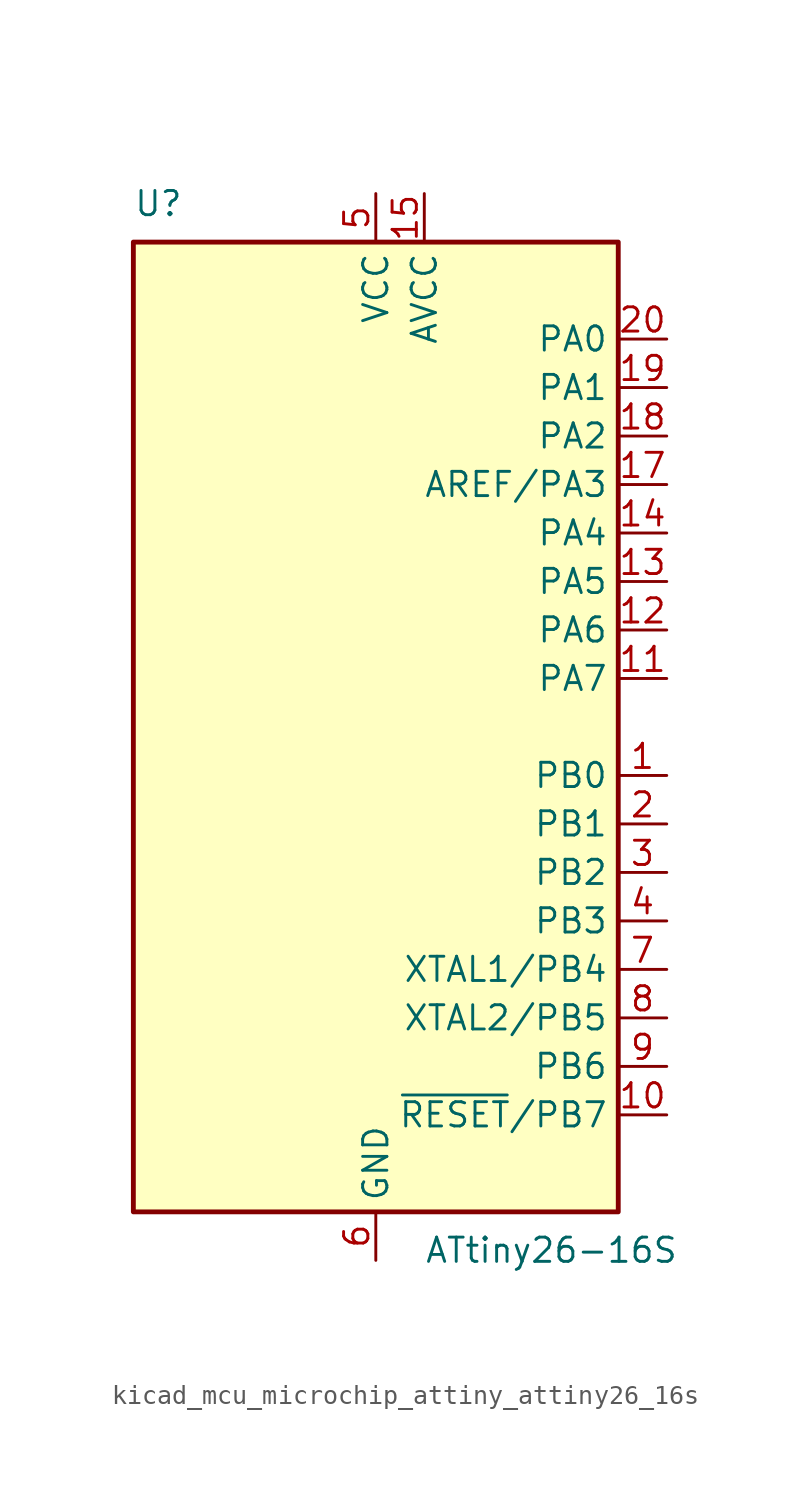
<source format=kicad_sym>
(kicad_symbol_lib
  (version 20220914)
  (generator kicad_symbol_editor)
  (symbol "kicad_mcu_microchip_attiny_attiny26_16s"
    (property "Reference" "U"
      (at -12.7 26.67 0)
      (effects (font (size 1.27 1.27)) (justify left bottom)))
    (property "Value" "ATtiny26-16S"
      (at 2.54 -26.67 0)
      (effects (font (size 1.27 1.27)) (justify left top)))
    (symbol "kicad_mcu_microchip_attiny_attiny26_16s_0_1"
      (rectangle (start -12.7 -25.4) (end 12.7 25.4) (stroke (width 0.254) (type default)) (fill (type background))))
    (symbol "kicad_mcu_microchip_attiny_attiny26_16s_1_1"
      (pin bidirectional line (at 15.24 -2.54 180) (length 2.54) (name "PB0" (effects (font (size 1.27 1.27)))) (number "1" (effects (font (size 1.27 1.27)))))
      (pin bidirectional line (at 15.24 -20.32 180) (length 2.54) (name "~{RESET}/PB7" (effects (font (size 1.27 1.27)))) (number "10" (effects (font (size 1.27 1.27)))))
      (pin bidirectional line (at 15.24 2.54 180) (length 2.54) (name "PA7" (effects (font (size 1.27 1.27)))) (number "11" (effects (font (size 1.27 1.27)))))
      (pin bidirectional line (at 15.24 5.08 180) (length 2.54) (name "PA6" (effects (font (size 1.27 1.27)))) (number "12" (effects (font (size 1.27 1.27)))))
      (pin bidirectional line (at 15.24 7.62 180) (length 2.54) (name "PA5" (effects (font (size 1.27 1.27)))) (number "13" (effects (font (size 1.27 1.27)))))
      (pin bidirectional line (at 15.24 10.16 180) (length 2.54) (name "PA4" (effects (font (size 1.27 1.27)))) (number "14" (effects (font (size 1.27 1.27)))))
      (pin power_in line (at 2.54 27.94 270) (length 2.54) (name "AVCC" (effects (font (size 1.27 1.27)))) (number "15" (effects (font (size 1.27 1.27)))))
      (pin passive line (at 0 -27.94 90) (length 2.54) hide (name "GND" (effects (font (size 1.27 1.27)))) (number "16" (effects (font (size 1.27 1.27)))))
      (pin bidirectional line (at 15.24 12.7 180) (length 2.54) (name "AREF/PA3" (effects (font (size 1.27 1.27)))) (number "17" (effects (font (size 1.27 1.27)))))
      (pin bidirectional line (at 15.24 15.24 180) (length 2.54) (name "PA2" (effects (font (size 1.27 1.27)))) (number "18" (effects (font (size 1.27 1.27)))))
      (pin bidirectional line (at 15.24 17.78 180) (length 2.54) (name "PA1" (effects (font (size 1.27 1.27)))) (number "19" (effects (font (size 1.27 1.27)))))
      (pin bidirectional line (at 15.24 -5.08 180) (length 2.54) (name "PB1" (effects (font (size 1.27 1.27)))) (number "2" (effects (font (size 1.27 1.27)))))
      (pin bidirectional line (at 15.24 20.32 180) (length 2.54) (name "PA0" (effects (font (size 1.27 1.27)))) (number "20" (effects (font (size 1.27 1.27)))))
      (pin bidirectional line (at 15.24 -7.62 180) (length 2.54) (name "PB2" (effects (font (size 1.27 1.27)))) (number "3" (effects (font (size 1.27 1.27)))))
      (pin bidirectional line (at 15.24 -10.16 180) (length 2.54) (name "PB3" (effects (font (size 1.27 1.27)))) (number "4" (effects (font (size 1.27 1.27)))))
      (pin power_in line (at 0 27.94 270) (length 2.54) (name "VCC" (effects (font (size 1.27 1.27)))) (number "5" (effects (font (size 1.27 1.27)))))
      (pin power_in line (at 0 -27.94 90) (length 2.54) (name "GND" (effects (font (size 1.27 1.27)))) (number "6" (effects (font (size 1.27 1.27)))))
      (pin bidirectional line (at 15.24 -12.7 180) (length 2.54) (name "XTAL1/PB4" (effects (font (size 1.27 1.27)))) (number "7" (effects (font (size 1.27 1.27)))))
      (pin bidirectional line (at 15.24 -15.24 180) (length 2.54) (name "XTAL2/PB5" (effects (font (size 1.27 1.27)))) (number "8" (effects (font (size 1.27 1.27)))))
      (pin bidirectional line (at 15.24 -17.78 180) (length 2.54) (name "PB6" (effects (font (size 1.27 1.27)))) (number "9" (effects (font (size 1.27 1.27))))))))
</source>
